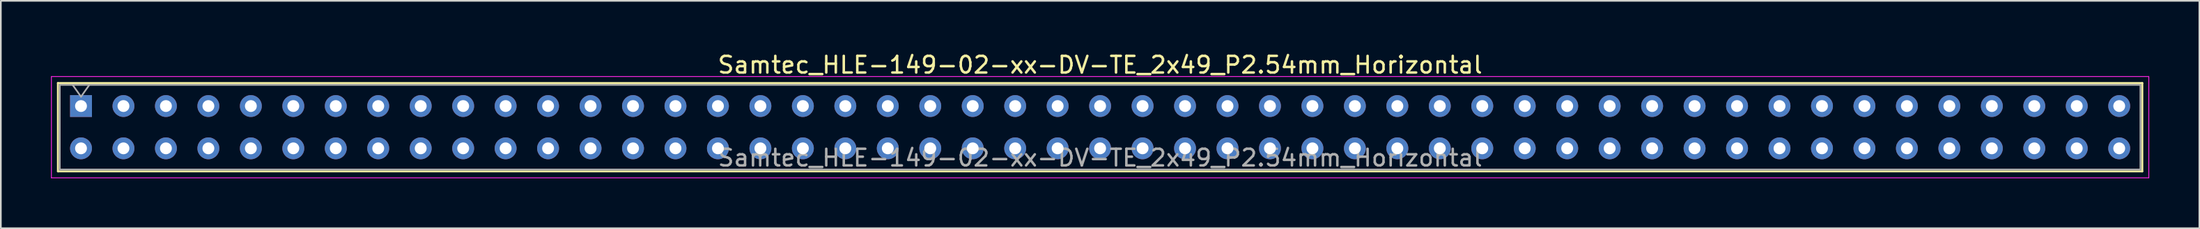
<source format=kicad_pcb>
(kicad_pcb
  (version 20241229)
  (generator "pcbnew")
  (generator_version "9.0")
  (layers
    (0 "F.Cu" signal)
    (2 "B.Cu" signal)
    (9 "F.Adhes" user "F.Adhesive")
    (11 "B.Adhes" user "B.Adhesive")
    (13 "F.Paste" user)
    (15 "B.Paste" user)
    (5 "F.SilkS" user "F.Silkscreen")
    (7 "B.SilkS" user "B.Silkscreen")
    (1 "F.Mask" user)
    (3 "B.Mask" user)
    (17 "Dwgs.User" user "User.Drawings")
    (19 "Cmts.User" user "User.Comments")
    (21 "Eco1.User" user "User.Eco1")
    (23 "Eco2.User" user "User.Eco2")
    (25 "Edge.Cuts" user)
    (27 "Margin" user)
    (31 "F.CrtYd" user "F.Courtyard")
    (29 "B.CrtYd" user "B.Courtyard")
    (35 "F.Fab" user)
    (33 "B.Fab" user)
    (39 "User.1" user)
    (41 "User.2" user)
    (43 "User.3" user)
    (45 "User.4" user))
  (footprint "Samtec_HLE-149-02-xx-DV-TE_2x49_P2.54mm_Horizontal"
    (layer "F.Cu")
    (at 1.795 3.318)
    (property "Reference" "Samtec_HLE-149-02-xx-DV-TE_2x49_P2.54mm_Horizontal" (at 60.96 -2.47 0) (layer "F.SilkS") (effects (font (size 1 1) (thickness 0.15))))
    (attr through_hole)
    (fp_line (start -1.38 -1.38) (end 123.3 -1.38) (stroke (width 0.12) (type solid)) (layer "F.SilkS"))
    (fp_line (start -1.38 3.92) (end -1.38 -1.38) (stroke (width 0.12) (type solid)) (layer "F.SilkS"))
    (fp_line (start 123.3 -1.38) (end 123.3 3.92) (stroke (width 0.12) (type solid)) (layer "F.SilkS"))
    (fp_line (start 123.3 3.92) (end -1.38 3.92) (stroke (width 0.12) (type solid)) (layer "F.SilkS"))
    (fp_line (start -1.77 -1.77) (end 123.69 -1.77) (stroke (width 0.05) (type solid)) (layer "F.CrtYd"))
    (fp_line (start -1.77 4.31) (end -1.77 -1.77) (stroke (width 0.05) (type solid)) (layer "F.CrtYd"))
    (fp_line (start 123.69 -1.77) (end 123.69 4.31) (stroke (width 0.05) (type solid)) (layer "F.CrtYd"))
    (fp_line (start 123.69 4.31) (end -1.77 4.31) (stroke (width 0.05) (type solid)) (layer "F.CrtYd"))
    (fp_line (start -1.27 -1.27) (end 123.19 -1.27) (stroke (width 0.1) (type solid)) (layer "F.Fab"))
    (fp_line (start -1.27 3.81) (end -1.27 -1.27) (stroke (width 0.1) (type solid)) (layer "F.Fab"))
    (fp_line (start -0.5 -1.27) (end 0 -0.563) (stroke (width 0.1) (type solid)) (layer "F.Fab"))
    (fp_line (start 0 -0.563) (end 0.5 -1.27) (stroke (width 0.1) (type solid)) (layer "F.Fab"))
    (fp_line (start 123.19 -1.27) (end 123.19 3.81) (stroke (width 0.1) (type solid)) (layer "F.Fab"))
    (fp_line (start 123.19 3.81) (end -1.27 3.81) (stroke (width 0.1) (type solid)) (layer "F.Fab"))
    (fp_text user "${REFERENCE}" (at 60.96 3.11 0) (layer "F.Fab") (effects (font (size 1 1) (thickness 0.15))))
    (pad "1" thru_hole rect (at 0 0) (size 1.31 1.31) (drill 0.71) (layers "*.Cu" "*.Mask"))
    (pad "2" thru_hole circle (at 0 2.54) (size 1.31 1.31) (drill 0.71) (layers "*.Cu" "*.Mask"))
    (pad "3" thru_hole circle (at 2.54 0) (size 1.31 1.31) (drill 0.71) (layers "*.Cu" "*.Mask"))
    (pad "4" thru_hole circle (at 2.54 2.54) (size 1.31 1.31) (drill 0.71) (layers "*.Cu" "*.Mask"))
    (pad "5" thru_hole circle (at 5.08 0) (size 1.31 1.31) (drill 0.71) (layers "*.Cu" "*.Mask"))
    (pad "6" thru_hole circle (at 5.08 2.54) (size 1.31 1.31) (drill 0.71) (layers "*.Cu" "*.Mask"))
    (pad "7" thru_hole circle (at 7.62 0) (size 1.31 1.31) (drill 0.71) (layers "*.Cu" "*.Mask"))
    (pad "8" thru_hole circle (at 7.62 2.54) (size 1.31 1.31) (drill 0.71) (layers "*.Cu" "*.Mask"))
    (pad "9" thru_hole circle (at 10.16 0) (size 1.31 1.31) (drill 0.71) (layers "*.Cu" "*.Mask"))
    (pad "10" thru_hole circle (at 10.16 2.54) (size 1.31 1.31) (drill 0.71) (layers "*.Cu" "*.Mask"))
    (pad "11" thru_hole circle (at 12.7 0) (size 1.31 1.31) (drill 0.71) (layers "*.Cu" "*.Mask"))
    (pad "12" thru_hole circle (at 12.7 2.54) (size 1.31 1.31) (drill 0.71) (layers "*.Cu" "*.Mask"))
    (pad "13" thru_hole circle (at 15.24 0) (size 1.31 1.31) (drill 0.71) (layers "*.Cu" "*.Mask"))
    (pad "14" thru_hole circle (at 15.24 2.54) (size 1.31 1.31) (drill 0.71) (layers "*.Cu" "*.Mask"))
    (pad "15" thru_hole circle (at 17.78 0) (size 1.31 1.31) (drill 0.71) (layers "*.Cu" "*.Mask"))
    (pad "16" thru_hole circle (at 17.78 2.54) (size 1.31 1.31) (drill 0.71) (layers "*.Cu" "*.Mask"))
    (pad "17" thru_hole circle (at 20.32 0) (size 1.31 1.31) (drill 0.71) (layers "*.Cu" "*.Mask"))
    (pad "18" thru_hole circle (at 20.32 2.54) (size 1.31 1.31) (drill 0.71) (layers "*.Cu" "*.Mask"))
    (pad "19" thru_hole circle (at 22.86 0) (size 1.31 1.31) (drill 0.71) (layers "*.Cu" "*.Mask"))
    (pad "20" thru_hole circle (at 22.86 2.54) (size 1.31 1.31) (drill 0.71) (layers "*.Cu" "*.Mask"))
    (pad "21" thru_hole circle (at 25.4 0) (size 1.31 1.31) (drill 0.71) (layers "*.Cu" "*.Mask"))
    (pad "22" thru_hole circle (at 25.4 2.54) (size 1.31 1.31) (drill 0.71) (layers "*.Cu" "*.Mask"))
    (pad "23" thru_hole circle (at 27.94 0) (size 1.31 1.31) (drill 0.71) (layers "*.Cu" "*.Mask"))
    (pad "24" thru_hole circle (at 27.94 2.54) (size 1.31 1.31) (drill 0.71) (layers "*.Cu" "*.Mask"))
    (pad "25" thru_hole circle (at 30.48 0) (size 1.31 1.31) (drill 0.71) (layers "*.Cu" "*.Mask"))
    (pad "26" thru_hole circle (at 30.48 2.54) (size 1.31 1.31) (drill 0.71) (layers "*.Cu" "*.Mask"))
    (pad "27" thru_hole circle (at 33.02 0) (size 1.31 1.31) (drill 0.71) (layers "*.Cu" "*.Mask"))
    (pad "28" thru_hole circle (at 33.02 2.54) (size 1.31 1.31) (drill 0.71) (layers "*.Cu" "*.Mask"))
    (pad "29" thru_hole circle (at 35.56 0) (size 1.31 1.31) (drill 0.71) (layers "*.Cu" "*.Mask"))
    (pad "30" thru_hole circle (at 35.56 2.54) (size 1.31 1.31) (drill 0.71) (layers "*.Cu" "*.Mask"))
    (pad "31" thru_hole circle (at 38.1 0) (size 1.31 1.31) (drill 0.71) (layers "*.Cu" "*.Mask"))
    (pad "32" thru_hole circle (at 38.1 2.54) (size 1.31 1.31) (drill 0.71) (layers "*.Cu" "*.Mask"))
    (pad "33" thru_hole circle (at 40.64 0) (size 1.31 1.31) (drill 0.71) (layers "*.Cu" "*.Mask"))
    (pad "34" thru_hole circle (at 40.64 2.54) (size 1.31 1.31) (drill 0.71) (layers "*.Cu" "*.Mask"))
    (pad "35" thru_hole circle (at 43.18 0) (size 1.31 1.31) (drill 0.71) (layers "*.Cu" "*.Mask"))
    (pad "36" thru_hole circle (at 43.18 2.54) (size 1.31 1.31) (drill 0.71) (layers "*.Cu" "*.Mask"))
    (pad "37" thru_hole circle (at 45.72 0) (size 1.31 1.31) (drill 0.71) (layers "*.Cu" "*.Mask"))
    (pad "38" thru_hole circle (at 45.72 2.54) (size 1.31 1.31) (drill 0.71) (layers "*.Cu" "*.Mask"))
    (pad "39" thru_hole circle (at 48.26 0) (size 1.31 1.31) (drill 0.71) (layers "*.Cu" "*.Mask"))
    (pad "40" thru_hole circle (at 48.26 2.54) (size 1.31 1.31) (drill 0.71) (layers "*.Cu" "*.Mask"))
    (pad "41" thru_hole circle (at 50.8 0) (size 1.31 1.31) (drill 0.71) (layers "*.Cu" "*.Mask"))
    (pad "42" thru_hole circle (at 50.8 2.54) (size 1.31 1.31) (drill 0.71) (layers "*.Cu" "*.Mask"))
    (pad "43" thru_hole circle (at 53.34 0) (size 1.31 1.31) (drill 0.71) (layers "*.Cu" "*.Mask"))
    (pad "44" thru_hole circle (at 53.34 2.54) (size 1.31 1.31) (drill 0.71) (layers "*.Cu" "*.Mask"))
    (pad "45" thru_hole circle (at 55.88 0) (size 1.31 1.31) (drill 0.71) (layers "*.Cu" "*.Mask"))
    (pad "46" thru_hole circle (at 55.88 2.54) (size 1.31 1.31) (drill 0.71) (layers "*.Cu" "*.Mask"))
    (pad "47" thru_hole circle (at 58.42 0) (size 1.31 1.31) (drill 0.71) (layers "*.Cu" "*.Mask"))
    (pad "48" thru_hole circle (at 58.42 2.54) (size 1.31 1.31) (drill 0.71) (layers "*.Cu" "*.Mask"))
    (pad "49" thru_hole circle (at 60.96 0) (size 1.31 1.31) (drill 0.71) (layers "*.Cu" "*.Mask"))
    (pad "50" thru_hole circle (at 60.96 2.54) (size 1.31 1.31) (drill 0.71) (layers "*.Cu" "*.Mask"))
    (pad "51" thru_hole circle (at 63.5 0) (size 1.31 1.31) (drill 0.71) (layers "*.Cu" "*.Mask"))
    (pad "52" thru_hole circle (at 63.5 2.54) (size 1.31 1.31) (drill 0.71) (layers "*.Cu" "*.Mask"))
    (pad "53" thru_hole circle (at 66.04 0) (size 1.31 1.31) (drill 0.71) (layers "*.Cu" "*.Mask"))
    (pad "54" thru_hole circle (at 66.04 2.54) (size 1.31 1.31) (drill 0.71) (layers "*.Cu" "*.Mask"))
    (pad "55" thru_hole circle (at 68.58 0) (size 1.31 1.31) (drill 0.71) (layers "*.Cu" "*.Mask"))
    (pad "56" thru_hole circle (at 68.58 2.54) (size 1.31 1.31) (drill 0.71) (layers "*.Cu" "*.Mask"))
    (pad "57" thru_hole circle (at 71.12 0) (size 1.31 1.31) (drill 0.71) (layers "*.Cu" "*.Mask"))
    (pad "58" thru_hole circle (at 71.12 2.54) (size 1.31 1.31) (drill 0.71) (layers "*.Cu" "*.Mask"))
    (pad "59" thru_hole circle (at 73.66 0) (size 1.31 1.31) (drill 0.71) (layers "*.Cu" "*.Mask"))
    (pad "60" thru_hole circle (at 73.66 2.54) (size 1.31 1.31) (drill 0.71) (layers "*.Cu" "*.Mask"))
    (pad "61" thru_hole circle (at 76.2 0) (size 1.31 1.31) (drill 0.71) (layers "*.Cu" "*.Mask"))
    (pad "62" thru_hole circle (at 76.2 2.54) (size 1.31 1.31) (drill 0.71) (layers "*.Cu" "*.Mask"))
    (pad "63" thru_hole circle (at 78.74 0) (size 1.31 1.31) (drill 0.71) (layers "*.Cu" "*.Mask"))
    (pad "64" thru_hole circle (at 78.74 2.54) (size 1.31 1.31) (drill 0.71) (layers "*.Cu" "*.Mask"))
    (pad "65" thru_hole circle (at 81.28 0) (size 1.31 1.31) (drill 0.71) (layers "*.Cu" "*.Mask"))
    (pad "66" thru_hole circle (at 81.28 2.54) (size 1.31 1.31) (drill 0.71) (layers "*.Cu" "*.Mask"))
    (pad "67" thru_hole circle (at 83.82 0) (size 1.31 1.31) (drill 0.71) (layers "*.Cu" "*.Mask"))
    (pad "68" thru_hole circle (at 83.82 2.54) (size 1.31 1.31) (drill 0.71) (layers "*.Cu" "*.Mask"))
    (pad "69" thru_hole circle (at 86.36 0) (size 1.31 1.31) (drill 0.71) (layers "*.Cu" "*.Mask"))
    (pad "70" thru_hole circle (at 86.36 2.54) (size 1.31 1.31) (drill 0.71) (layers "*.Cu" "*.Mask"))
    (pad "71" thru_hole circle (at 88.9 0) (size 1.31 1.31) (drill 0.71) (layers "*.Cu" "*.Mask"))
    (pad "72" thru_hole circle (at 88.9 2.54) (size 1.31 1.31) (drill 0.71) (layers "*.Cu" "*.Mask"))
    (pad "73" thru_hole circle (at 91.44 0) (size 1.31 1.31) (drill 0.71) (layers "*.Cu" "*.Mask"))
    (pad "74" thru_hole circle (at 91.44 2.54) (size 1.31 1.31) (drill 0.71) (layers "*.Cu" "*.Mask"))
    (pad "75" thru_hole circle (at 93.98 0) (size 1.31 1.31) (drill 0.71) (layers "*.Cu" "*.Mask"))
    (pad "76" thru_hole circle (at 93.98 2.54) (size 1.31 1.31) (drill 0.71) (layers "*.Cu" "*.Mask"))
    (pad "77" thru_hole circle (at 96.52 0) (size 1.31 1.31) (drill 0.71) (layers "*.Cu" "*.Mask"))
    (pad "78" thru_hole circle (at 96.52 2.54) (size 1.31 1.31) (drill 0.71) (layers "*.Cu" "*.Mask"))
    (pad "79" thru_hole circle (at 99.06 0) (size 1.31 1.31) (drill 0.71) (layers "*.Cu" "*.Mask"))
    (pad "80" thru_hole circle (at 99.06 2.54) (size 1.31 1.31) (drill 0.71) (layers "*.Cu" "*.Mask"))
    (pad "81" thru_hole circle (at 101.6 0) (size 1.31 1.31) (drill 0.71) (layers "*.Cu" "*.Mask"))
    (pad "82" thru_hole circle (at 101.6 2.54) (size 1.31 1.31) (drill 0.71) (layers "*.Cu" "*.Mask"))
    (pad "83" thru_hole circle (at 104.14 0) (size 1.31 1.31) (drill 0.71) (layers "*.Cu" "*.Mask"))
    (pad "84" thru_hole circle (at 104.14 2.54) (size 1.31 1.31) (drill 0.71) (layers "*.Cu" "*.Mask"))
    (pad "85" thru_hole circle (at 106.68 0) (size 1.31 1.31) (drill 0.71) (layers "*.Cu" "*.Mask"))
    (pad "86" thru_hole circle (at 106.68 2.54) (size 1.31 1.31) (drill 0.71) (layers "*.Cu" "*.Mask"))
    (pad "87" thru_hole circle (at 109.22 0) (size 1.31 1.31) (drill 0.71) (layers "*.Cu" "*.Mask"))
    (pad "88" thru_hole circle (at 109.22 2.54) (size 1.31 1.31) (drill 0.71) (layers "*.Cu" "*.Mask"))
    (pad "89" thru_hole circle (at 111.76 0) (size 1.31 1.31) (drill 0.71) (layers "*.Cu" "*.Mask"))
    (pad "90" thru_hole circle (at 111.76 2.54) (size 1.31 1.31) (drill 0.71) (layers "*.Cu" "*.Mask"))
    (pad "91" thru_hole circle (at 114.3 0) (size 1.31 1.31) (drill 0.71) (layers "*.Cu" "*.Mask"))
    (pad "92" thru_hole circle (at 114.3 2.54) (size 1.31 1.31) (drill 0.71) (layers "*.Cu" "*.Mask"))
    (pad "93" thru_hole circle (at 116.84 0) (size 1.31 1.31) (drill 0.71) (layers "*.Cu" "*.Mask"))
    (pad "94" thru_hole circle (at 116.84 2.54) (size 1.31 1.31) (drill 0.71) (layers "*.Cu" "*.Mask"))
    (pad "95" thru_hole circle (at 119.38 0) (size 1.31 1.31) (drill 0.71) (layers "*.Cu" "*.Mask"))
    (pad "96" thru_hole circle (at 119.38 2.54) (size 1.31 1.31) (drill 0.71) (layers "*.Cu" "*.Mask"))
    (pad "97" thru_hole circle (at 121.92 0) (size 1.31 1.31) (drill 0.71) (layers "*.Cu" "*.Mask"))
    (pad "98" thru_hole circle (at 121.92 2.54) (size 1.31 1.31) (drill 0.71) (layers "*.Cu" "*.Mask")))
  (gr_rect
    (start -3 -3)
    (end 128.51 10.653)
    (stroke (width 0.1) (type default))
    (fill no)
    (layer "Edge.Cuts")))
</source>
